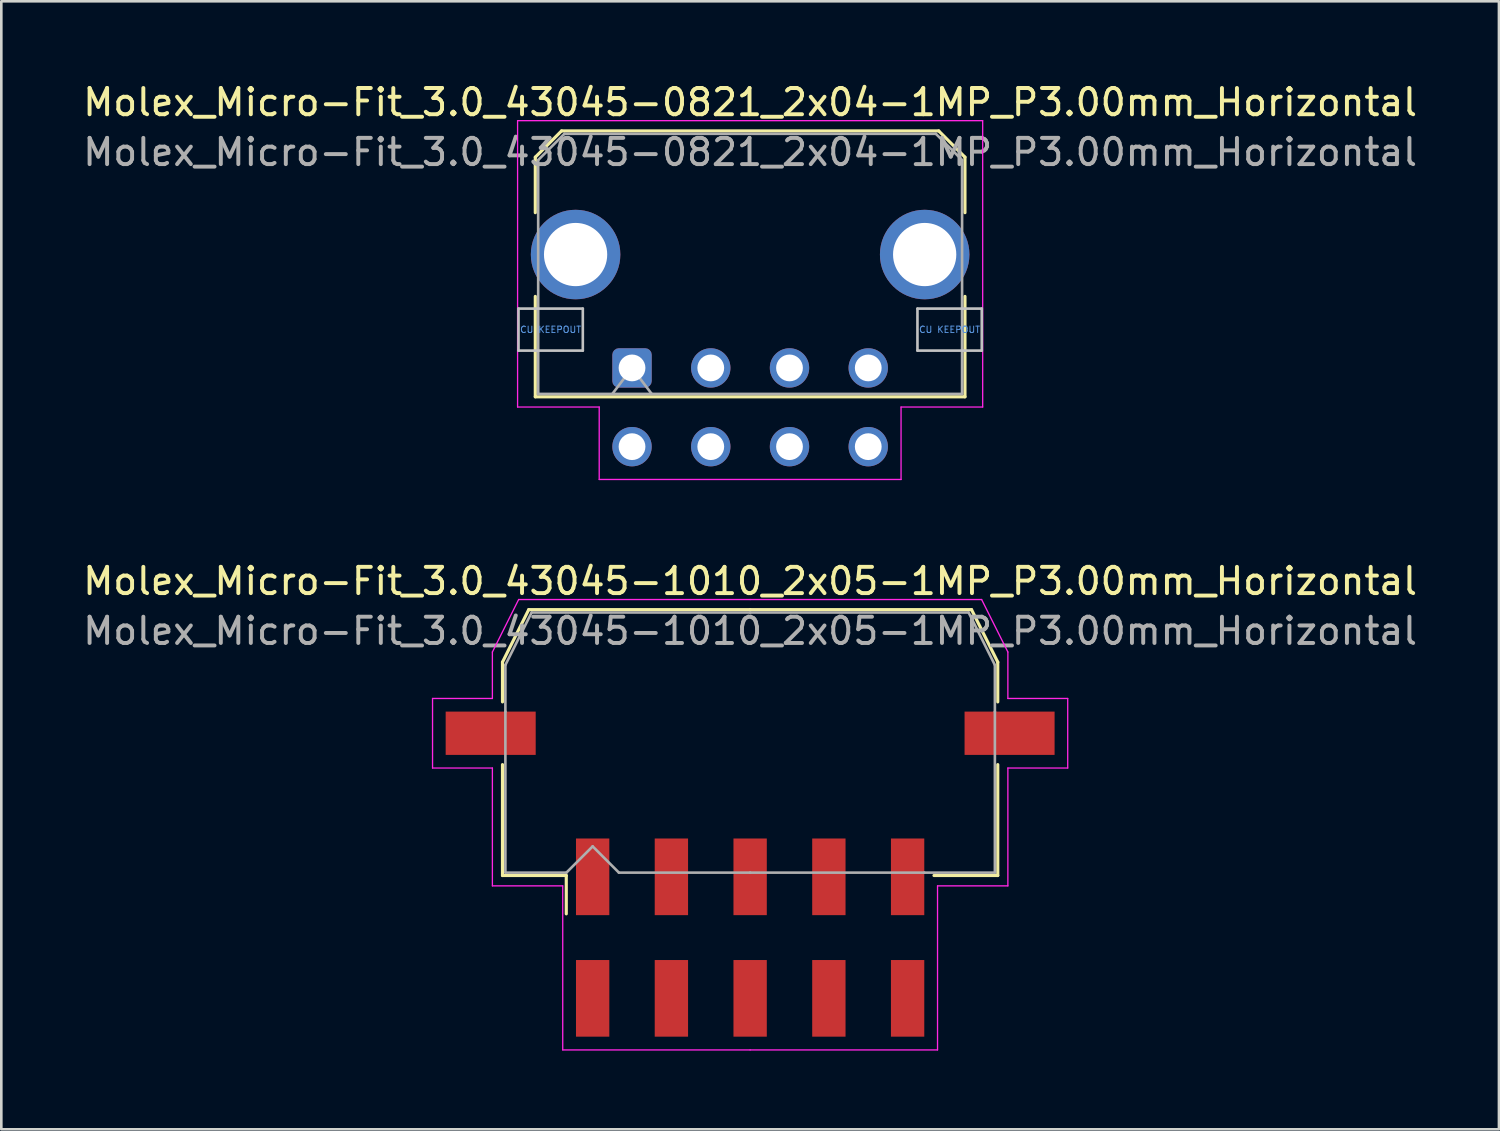
<source format=kicad_pcb>
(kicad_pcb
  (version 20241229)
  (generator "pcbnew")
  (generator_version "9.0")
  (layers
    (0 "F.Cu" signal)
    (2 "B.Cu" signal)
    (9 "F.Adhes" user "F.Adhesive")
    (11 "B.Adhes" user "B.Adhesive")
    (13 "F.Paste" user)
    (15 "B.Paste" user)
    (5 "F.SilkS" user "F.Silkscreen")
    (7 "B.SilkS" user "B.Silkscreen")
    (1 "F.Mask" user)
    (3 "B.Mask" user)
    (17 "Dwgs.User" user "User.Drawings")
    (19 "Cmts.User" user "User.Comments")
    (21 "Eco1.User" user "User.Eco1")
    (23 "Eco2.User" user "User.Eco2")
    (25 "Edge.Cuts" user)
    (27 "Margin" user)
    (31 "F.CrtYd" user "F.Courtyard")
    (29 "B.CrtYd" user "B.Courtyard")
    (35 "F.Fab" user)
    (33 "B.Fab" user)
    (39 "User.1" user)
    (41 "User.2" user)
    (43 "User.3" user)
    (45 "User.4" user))
  (footprint "Molex_Micro-Fit_3.0_43045-1010_2x05-1MP_P3.00mm_Horizontal"
    (layer "F.Cu")
    (at 25.53 32.672)
    (property "Reference" "Molex_Micro-Fit_3.0_43045-1010_2x05-1MP_P3.00mm_Horizontal" (at 0 -13.58 0) (layer "F.SilkS") (effects (font (size 1 1) (thickness 0.15))))
    (attr smd)
    (fp_line (start -9.435 -10.495) (end -9.435 -8.98) (stroke (width 0.12) (type solid)) (layer "F.SilkS"))
    (fp_line (start -9.435 -6.59) (end -9.435 -2.365) (stroke (width 0.12) (type solid)) (layer "F.SilkS"))
    (fp_line (start -9.435 -2.365) (end -7.005 -2.365) (stroke (width 0.12) (type solid)) (layer "F.SilkS"))
    (fp_line (start -8.435 -12.495) (end -9.435 -10.495) (stroke (width 0.12) (type solid)) (layer "F.SilkS"))
    (fp_line (start -7.005 -2.365) (end -7.005 -0.905) (stroke (width 0.12) (type solid)) (layer "F.SilkS"))
    (fp_line (start 0 -12.495) (end -8.435 -12.495) (stroke (width 0.12) (type solid)) (layer "F.SilkS"))
    (fp_line (start 0 -12.495) (end 8.435 -12.495) (stroke (width 0.12) (type solid)) (layer "F.SilkS"))
    (fp_line (start 8.435 -12.495) (end 9.435 -10.495) (stroke (width 0.12) (type solid)) (layer "F.SilkS"))
    (fp_line (start 9.435 -10.495) (end 9.435 -8.98) (stroke (width 0.12) (type solid)) (layer "F.SilkS"))
    (fp_line (start 9.435 -6.59) (end 9.435 -2.365) (stroke (width 0.12) (type solid)) (layer "F.SilkS"))
    (fp_line (start 9.435 -2.365) (end 7.005 -2.365) (stroke (width 0.12) (type solid)) (layer "F.SilkS"))
    (fp_line (start -12.1 -9.11) (end -12.1 -6.46) (stroke (width 0.05) (type solid)) (layer "F.CrtYd"))
    (fp_line (start -12.1 -6.46) (end -9.82 -6.46) (stroke (width 0.05) (type solid)) (layer "F.CrtYd"))
    (fp_line (start -9.82 -10.88) (end -9.82 -9.11) (stroke (width 0.05) (type solid)) (layer "F.CrtYd"))
    (fp_line (start -9.82 -9.11) (end -12.1 -9.11) (stroke (width 0.05) (type solid)) (layer "F.CrtYd"))
    (fp_line (start -9.82 -6.46) (end -9.82 -1.97) (stroke (width 0.05) (type solid)) (layer "F.CrtYd"))
    (fp_line (start -9.82 -1.97) (end -7.14 -1.97) (stroke (width 0.05) (type solid)) (layer "F.CrtYd"))
    (fp_line (start -8.82 -12.88) (end -9.82 -10.88) (stroke (width 0.05) (type solid)) (layer "F.CrtYd"))
    (fp_line (start -7.14 -1.97) (end -7.14 4.28) (stroke (width 0.05) (type solid)) (layer "F.CrtYd"))
    (fp_line (start -7.14 4.28) (end 0 4.28) (stroke (width 0.05) (type solid)) (layer "F.CrtYd"))
    (fp_line (start 0 -12.88) (end -8.82 -12.88) (stroke (width 0.05) (type solid)) (layer "F.CrtYd"))
    (fp_line (start 0 -12.88) (end 8.82 -12.88) (stroke (width 0.05) (type solid)) (layer "F.CrtYd"))
    (fp_line (start 7.14 -1.97) (end 7.14 4.28) (stroke (width 0.05) (type solid)) (layer "F.CrtYd"))
    (fp_line (start 7.14 4.28) (end 0 4.28) (stroke (width 0.05) (type solid)) (layer "F.CrtYd"))
    (fp_line (start 8.82 -12.88) (end 9.82 -10.88) (stroke (width 0.05) (type solid)) (layer "F.CrtYd"))
    (fp_line (start 9.82 -10.88) (end 9.82 -9.11) (stroke (width 0.05) (type solid)) (layer "F.CrtYd"))
    (fp_line (start 9.82 -9.11) (end 12.1 -9.11) (stroke (width 0.05) (type solid)) (layer "F.CrtYd"))
    (fp_line (start 9.82 -6.46) (end 9.82 -1.97) (stroke (width 0.05) (type solid)) (layer "F.CrtYd"))
    (fp_line (start 9.82 -1.97) (end 7.14 -1.97) (stroke (width 0.05) (type solid)) (layer "F.CrtYd"))
    (fp_line (start 12.1 -9.11) (end 12.1 -6.46) (stroke (width 0.05) (type solid)) (layer "F.CrtYd"))
    (fp_line (start 12.1 -6.46) (end 9.82 -6.46) (stroke (width 0.05) (type solid)) (layer "F.CrtYd"))
    (fp_line (start -9.325 -10.385) (end -9.325 -8.61) (stroke (width 0.1) (type solid)) (layer "F.Fab"))
    (fp_line (start -9.325 -8.61) (end -9.325 -2.475) (stroke (width 0.1) (type solid)) (layer "F.Fab"))
    (fp_line (start -9.325 -2.475) (end -7 -2.475) (stroke (width 0.1) (type solid)) (layer "F.Fab"))
    (fp_line (start -8.325 -12.385) (end -9.325 -10.385) (stroke (width 0.1) (type solid)) (layer "F.Fab"))
    (fp_line (start -7 -2.475) (end -6 -3.475) (stroke (width 0.1) (type solid)) (layer "F.Fab"))
    (fp_line (start -6 -3.475) (end -5 -2.475) (stroke (width 0.1) (type solid)) (layer "F.Fab"))
    (fp_line (start -5 -2.475) (end 0 -2.475) (stroke (width 0.1) (type solid)) (layer "F.Fab"))
    (fp_line (start 0 -12.385) (end -8.325 -12.385) (stroke (width 0.1) (type solid)) (layer "F.Fab"))
    (fp_line (start 0 -12.385) (end 8.325 -12.385) (stroke (width 0.1) (type solid)) (layer "F.Fab"))
    (fp_line (start 6.635 -2.475) (end 0 -2.475) (stroke (width 0.1) (type solid)) (layer "F.Fab"))
    (fp_line (start 8.325 -12.385) (end 9.325 -10.385) (stroke (width 0.1) (type solid)) (layer "F.Fab"))
    (fp_line (start 9.325 -10.385) (end 9.325 -8.61) (stroke (width 0.1) (type solid)) (layer "F.Fab"))
    (fp_line (start 9.325 -8.61) (end 9.325 -2.475) (stroke (width 0.1) (type solid)) (layer "F.Fab"))
    (fp_line (start 9.325 -2.475) (end 6.635 -2.475) (stroke (width 0.1) (type solid)) (layer "F.Fab"))
    (fp_text user "${REFERENCE}" (at 0 -11.68 0) (layer "F.Fab") (effects (font (size 1 1) (thickness 0.15))))
    (pad "1" smd rect (at -6 -2.315) (size 1.27 2.92) (layers "F.Cu" "F.Mask" "F.Paste"))
    (pad "2" smd rect (at -3 -2.315) (size 1.27 2.92) (layers "F.Cu" "F.Mask" "F.Paste"))
    (pad "3" smd rect (at 0 -2.315) (size 1.27 2.92) (layers "F.Cu" "F.Mask" "F.Paste"))
    (pad "4" smd rect (at 3 -2.315) (size 1.27 2.92) (layers "F.Cu" "F.Mask" "F.Paste"))
    (pad "5" smd rect (at 6 -2.315) (size 1.27 2.92) (layers "F.Cu" "F.Mask" "F.Paste"))
    (pad "6" smd rect (at -6 2.315) (size 1.27 2.92) (layers "F.Cu" "F.Mask" "F.Paste"))
    (pad "7" smd rect (at -3 2.315) (size 1.27 2.92) (layers "F.Cu" "F.Mask" "F.Paste"))
    (pad "8" smd rect (at 0 2.315) (size 1.27 2.92) (layers "F.Cu" "F.Mask" "F.Paste"))
    (pad "9" smd rect (at 3 2.315) (size 1.27 2.92) (layers "F.Cu" "F.Mask" "F.Paste"))
    (pad "10" smd rect (at 6 2.315) (size 1.27 2.92) (layers "F.Cu" "F.Mask" "F.Paste"))
    (pad "MP" smd rect (at -9.885 -7.785) (size 3.43 1.65) (layers "F.Cu" "F.Mask" "F.Paste"))
    (pad "MP" smd rect (at 9.885 -7.785) (size 3.43 1.65) (layers "F.Cu" "F.Mask" "F.Paste")))
  (footprint "Molex_Micro-Fit_3.0_43045-0821_2x04-1MP_P3.00mm_Horizontal"
    (layer "F.Cu")
    (at 21.03 10.968)
    (property "Reference" "Molex_Micro-Fit_3.0_43045-0821_2x04-1MP_P3.00mm_Horizontal" (at 4.5 -10.12 0) (layer "F.SilkS") (effects (font (size 1 1) (thickness 0.15))))
    (attr through_hole)
    (fp_line (start -3.685 -8.03) (end -2.685 -9.03) (stroke (width 0.12) (type solid)) (layer "F.SilkS"))
    (fp_line (start -3.685 -5.915) (end -3.685 -8.03) (stroke (width 0.12) (type solid)) (layer "F.SilkS"))
    (fp_line (start -3.685 -2.725) (end -3.685 1.1) (stroke (width 0.12) (type solid)) (layer "F.SilkS"))
    (fp_line (start -3.685 1.1) (end 12.685 1.1) (stroke (width 0.12) (type solid)) (layer "F.SilkS"))
    (fp_line (start -2.685 -9.03) (end 11.685 -9.03) (stroke (width 0.12) (type solid)) (layer "F.SilkS"))
    (fp_line (start 11.685 -9.03) (end 12.685 -8.03) (stroke (width 0.12) (type solid)) (layer "F.SilkS"))
    (fp_line (start 12.685 -8.03) (end 12.685 -5.915) (stroke (width 0.12) (type solid)) (layer "F.SilkS"))
    (fp_line (start 12.685 1.1) (end 12.685 -2.725) (stroke (width 0.12) (type solid)) (layer "F.SilkS"))
    (fp_line (start -4.325 -2.26) (end -4.325 -0.66) (stroke (width 0.1) (type solid)) (layer "Dwgs.User"))
    (fp_line (start -4.325 -0.66) (end -1.875 -0.66) (stroke (width 0.1) (type solid)) (layer "Dwgs.User"))
    (fp_line (start -1.875 -2.26) (end -4.325 -2.26) (stroke (width 0.1) (type solid)) (layer "Dwgs.User"))
    (fp_line (start -1.875 -0.66) (end -1.875 -2.26) (stroke (width 0.1) (type solid)) (layer "Dwgs.User"))
    (fp_line (start 10.875 -2.26) (end 10.875 -0.66) (stroke (width 0.1) (type solid)) (layer "Dwgs.User"))
    (fp_line (start 10.875 -0.66) (end 13.325 -0.66) (stroke (width 0.1) (type solid)) (layer "Dwgs.User"))
    (fp_line (start 13.325 -2.26) (end 10.875 -2.26) (stroke (width 0.1) (type solid)) (layer "Dwgs.User"))
    (fp_line (start 13.325 -0.66) (end 13.325 -2.26) (stroke (width 0.1) (type solid)) (layer "Dwgs.User"))
    (fp_line (start -4.36 -9.42) (end 13.36 -9.42) (stroke (width 0.05) (type solid)) (layer "F.CrtYd"))
    (fp_line (start -4.36 1.49) (end -4.36 -9.42) (stroke (width 0.05) (type solid)) (layer "F.CrtYd"))
    (fp_line (start -1.25 1.49) (end -4.36 1.49) (stroke (width 0.05) (type solid)) (layer "F.CrtYd"))
    (fp_line (start -1.25 4.25) (end -1.25 1.49) (stroke (width 0.05) (type solid)) (layer "F.CrtYd"))
    (fp_line (start 10.25 1.49) (end 10.25 4.25) (stroke (width 0.05) (type solid)) (layer "F.CrtYd"))
    (fp_line (start 10.25 4.25) (end -1.25 4.25) (stroke (width 0.05) (type solid)) (layer "F.CrtYd"))
    (fp_line (start 13.36 -9.42) (end 13.36 1.49) (stroke (width 0.05) (type solid)) (layer "F.CrtYd"))
    (fp_line (start 13.36 1.49) (end 10.25 1.49) (stroke (width 0.05) (type solid)) (layer "F.CrtYd"))
    (fp_line (start -3.575 -7.92) (end -2.575 -8.92) (stroke (width 0.1) (type solid)) (layer "F.Fab"))
    (fp_line (start -3.575 0.99) (end -3.575 -7.92) (stroke (width 0.1) (type solid)) (layer "F.Fab"))
    (fp_line (start -2.575 -8.92) (end 11.575 -8.92) (stroke (width 0.1) (type solid)) (layer "F.Fab"))
    (fp_line (start -0.75 0.99) (end 0 0) (stroke (width 0.1) (type solid)) (layer "F.Fab"))
    (fp_line (start 0 0) (end 0.75 0.99) (stroke (width 0.1) (type solid)) (layer "F.Fab"))
    (fp_line (start 11.575 -8.92) (end 12.575 -7.92) (stroke (width 0.1) (type solid)) (layer "F.Fab"))
    (fp_line (start 12.575 -7.92) (end 12.575 0.99) (stroke (width 0.1) (type solid)) (layer "F.Fab"))
    (fp_line (start 12.575 0.99) (end -3.575 0.99) (stroke (width 0.1) (type solid)) (layer "F.Fab"))
    (fp_text user "CU KEEPOUT" (at -3.1 -1.46 0) (layer "Cmts.User") (effects (font (size 0.245 0.245) (thickness 0.037))))
    (fp_text user "CU KEEPOUT" (at 12.1 -1.46 0) (layer "Cmts.User") (effects (font (size 0.245 0.245) (thickness 0.037))))
    (fp_text user "${REFERENCE}" (at 4.5 -8.22 0) (layer "F.Fab") (effects (font (size 1 1) (thickness 0.15))))
    (pad "1" thru_hole roundrect (at 0 0) (size 1.5 1.5) (drill 1.02) (layers "*.Cu" "*.Mask") (roundrect_rratio 0.167))
    (pad "2" thru_hole circle (at 3 0) (size 1.5 1.5) (drill 1.02) (layers "*.Cu" "*.Mask"))
    (pad "3" thru_hole circle (at 6 0) (size 1.5 1.5) (drill 1.02) (layers "*.Cu" "*.Mask"))
    (pad "4" thru_hole circle (at 9 0) (size 1.5 1.5) (drill 1.02) (layers "*.Cu" "*.Mask"))
    (pad "5" thru_hole circle (at 0 3) (size 1.5 1.5) (drill 1.02) (layers "*.Cu" "*.Mask"))
    (pad "6" thru_hole circle (at 3 3) (size 1.5 1.5) (drill 1.02) (layers "*.Cu" "*.Mask"))
    (pad "7" thru_hole circle (at 6 3) (size 1.5 1.5) (drill 1.02) (layers "*.Cu" "*.Mask"))
    (pad "8" thru_hole circle (at 9 3) (size 1.5 1.5) (drill 1.02) (layers "*.Cu" "*.Mask"))
    (pad "MP" thru_hole circle (at -2.15 -4.32) (size 3.41 3.41) (drill 2.41) (layers "*.Cu" "*.Mask"))
    (pad "MP" thru_hole circle (at 11.15 -4.32) (size 3.41 3.41) (drill 2.41) (layers "*.Cu" "*.Mask")))
  (gr_rect
    (start -3 -3)
    (end 54.06 39.977)
    (stroke (width 0.1) (type default))
    (fill no)
    (layer "Edge.Cuts")))
</source>
